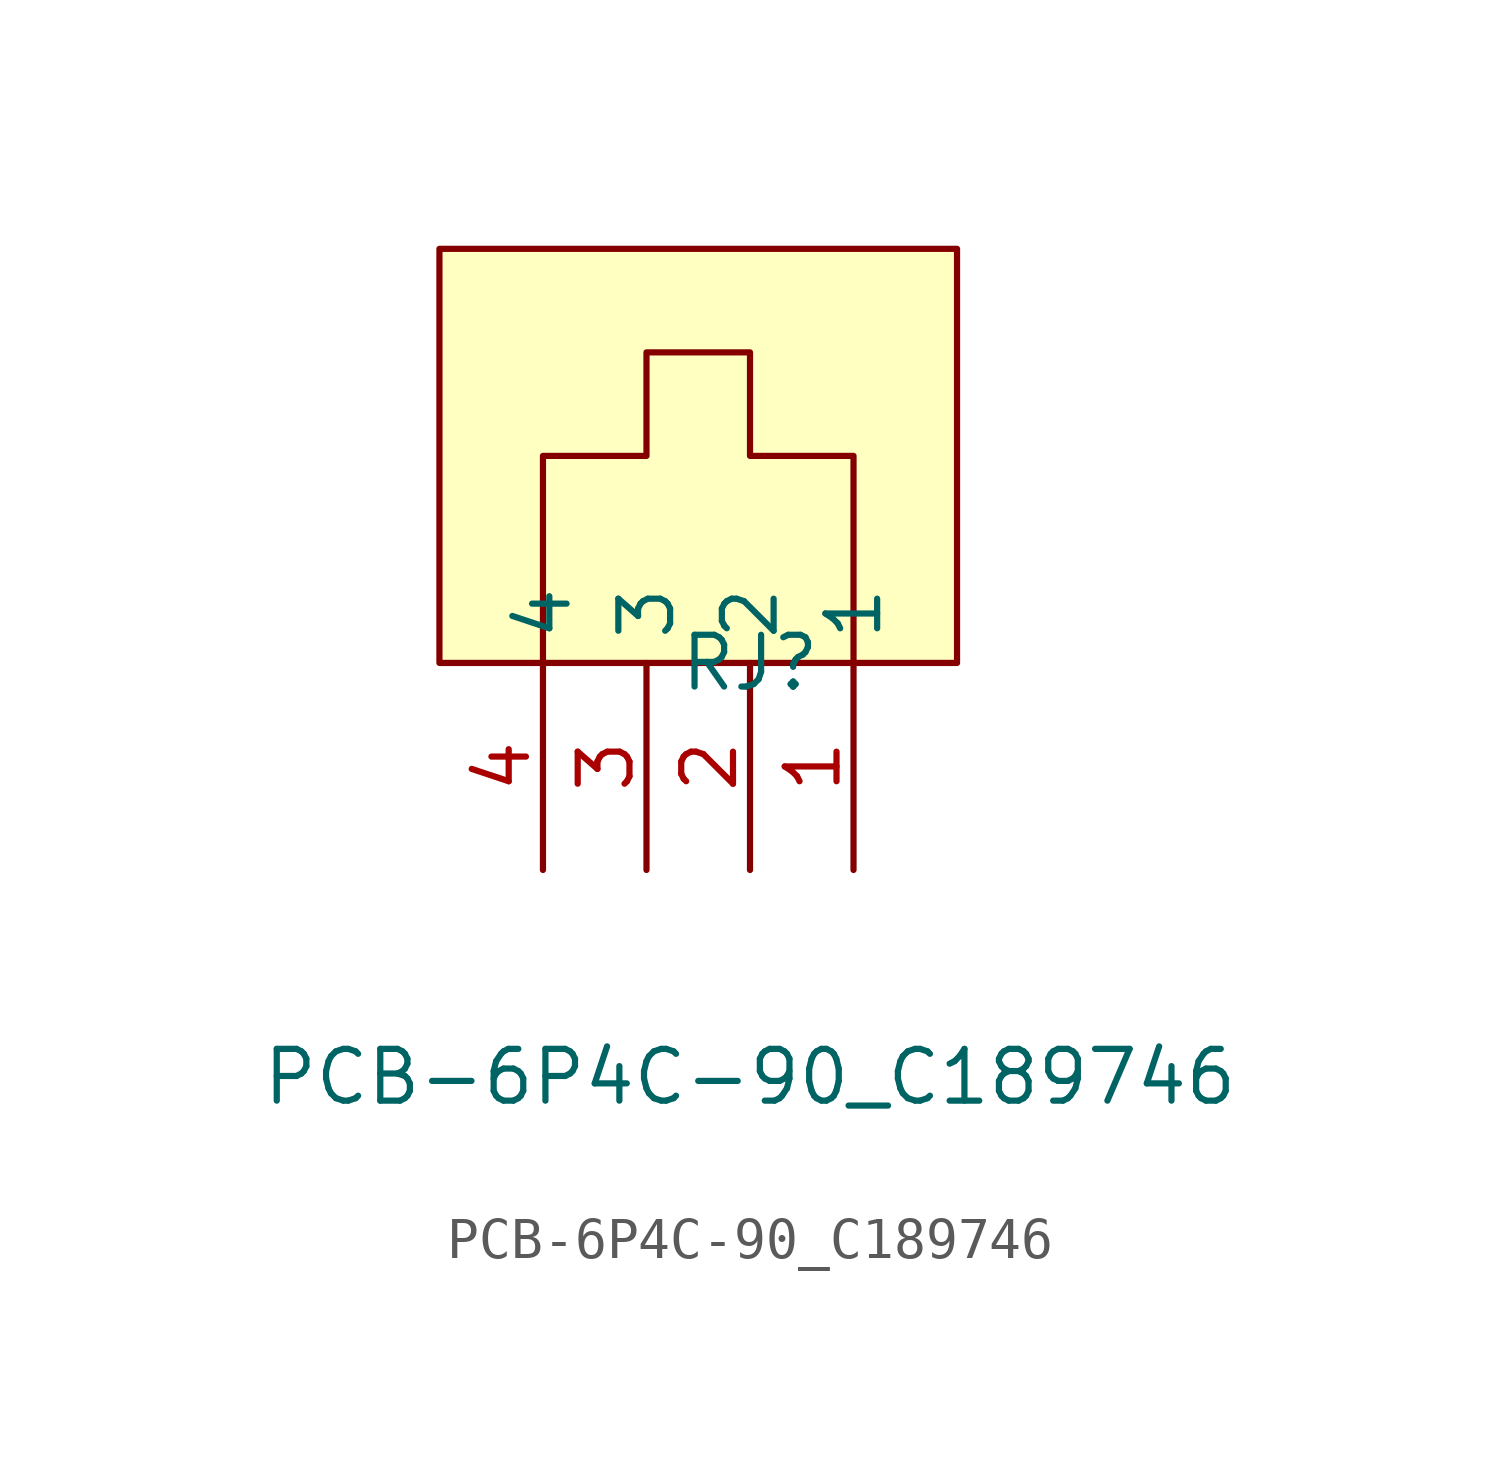
<source format=kicad_sym>
(kicad_symbol_lib
  (version 20211014)
  (generator https://github.com/uPesy/easyeda2kicad.py)
  (symbol "PCB-6P4C-90_C189746"
    (property "Reference" "RJ"
      (at 0 -2.54 0)
      (effects (font (size 1.27 1.27))))
    (property "Value" "PCB-6P4C-90_C189746"
      (at 0 -12.70 0)
      (effects (font (size 1.27 1.27))))
    (symbol "PCB-6P4C-90_C189746_0_1"
      (rectangle (start -7.62 7.62) (end 5.08 -2.54) (stroke (width 0) (type default) (color 0 0 0 0)) (fill (type background)))
      (polyline (pts (xy 2.54 -2.54) (xy 2.54 2.54) (xy 0.00 2.54) (xy 0.00 5.08) (xy -2.54 5.08) (xy -2.54 2.54) (xy -5.08 2.54) (xy -5.08 -0.00) (xy -5.08 -2.54)) (stroke (width 0) (type default) (color 0 0 0 0)) (fill (type none)))
      (pin unspecified line (at -2.54 -7.62 90) (length 5.08) (name "3" (effects (font (size 1.27 1.27)))) (number "3" (effects (font (size 1.27 1.27)))))
      (pin unspecified line (at -5.08 -7.62 90) (length 5.08) (name "4" (effects (font (size 1.27 1.27)))) (number "4" (effects (font (size 1.27 1.27)))))
      (pin unspecified line (at 2.54 -7.62 90) (length 5.08) (name "1" (effects (font (size 1.27 1.27)))) (number "1" (effects (font (size 1.27 1.27)))))
      (pin unspecified line (at 0.00 -7.62 90) (length 5.08) (name "2" (effects (font (size 1.27 1.27)))) (number "2" (effects (font (size 1.27 1.27))))))))
</source>
